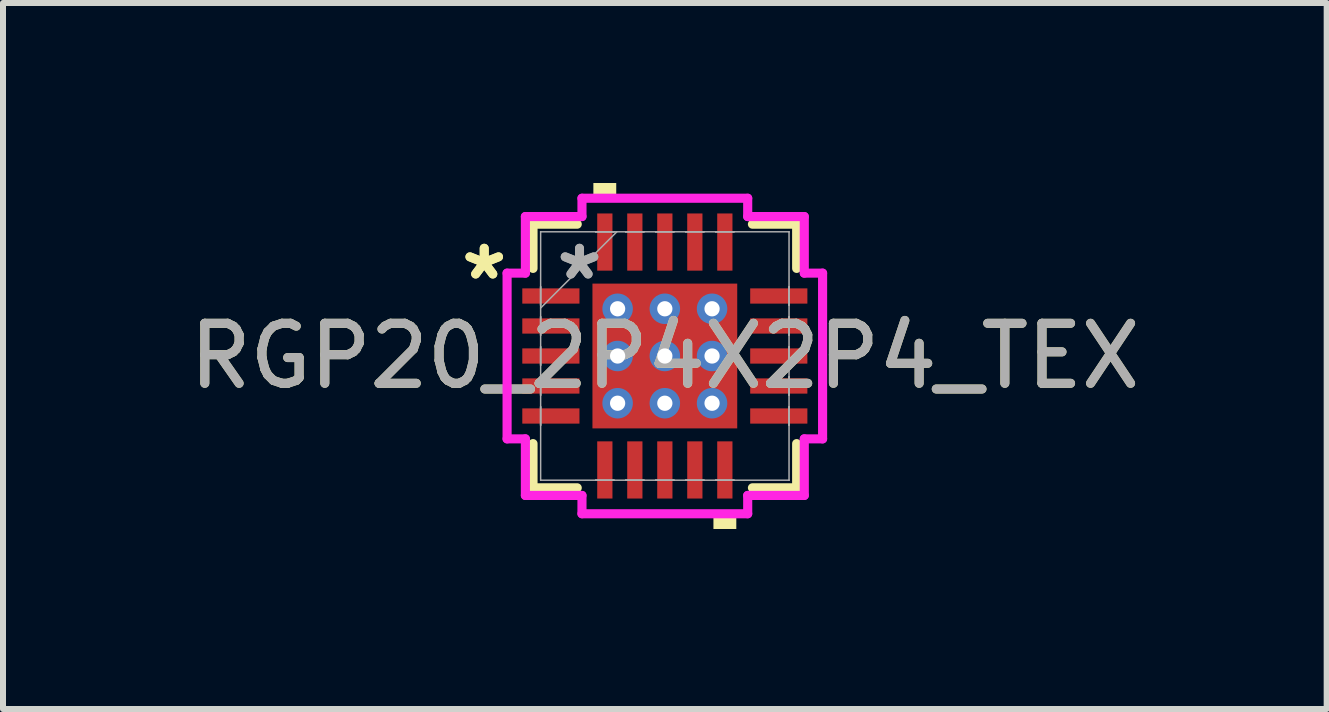
<source format=kicad_pcb>
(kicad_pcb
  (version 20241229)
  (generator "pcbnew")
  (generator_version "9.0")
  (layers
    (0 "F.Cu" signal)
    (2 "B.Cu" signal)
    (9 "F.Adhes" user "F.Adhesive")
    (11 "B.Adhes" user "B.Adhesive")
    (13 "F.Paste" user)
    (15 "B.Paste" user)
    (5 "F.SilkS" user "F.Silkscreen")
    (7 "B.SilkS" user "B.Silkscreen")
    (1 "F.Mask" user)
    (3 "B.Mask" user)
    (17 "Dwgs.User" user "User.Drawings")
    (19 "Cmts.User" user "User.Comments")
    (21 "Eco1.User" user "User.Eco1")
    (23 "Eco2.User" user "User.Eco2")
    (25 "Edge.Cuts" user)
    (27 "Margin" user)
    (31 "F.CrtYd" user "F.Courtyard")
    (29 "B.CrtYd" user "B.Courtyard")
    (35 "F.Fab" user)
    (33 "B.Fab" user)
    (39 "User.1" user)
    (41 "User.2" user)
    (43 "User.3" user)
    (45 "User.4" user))
  (footprint "RGP20_2P4X2P4_TEX"
    (layer "F.Cu")
    (at 8.03 2.883)
    (property "Reference" "RGP20_2P4X2P4_TEX" (at 0 0 0) (unlocked yes) (layer "F.SilkS") (effects (font (size 1 1) (thickness 0.15))))
    (attr smd)
    (fp_poly (pts (xy -1.27 -1.27) (xy -0.987 -1.27) (xy -0.987 1.27) (xy -1.27 1.27)) (stroke (width 0) (type solid)) (fill yes) (layer "F.Mask"))
    (fp_poly (pts (xy -1.27 -1.27) (xy 1.27 -1.27) (xy 1.27 -0.987) (xy -1.27 -0.987)) (stroke (width 0) (type solid)) (fill yes) (layer "F.Mask"))
    (fp_poly (pts (xy -1.27 -0.587) (xy 1.27 -0.587) (xy 1.27 -0.2) (xy -1.27 -0.2)) (stroke (width 0) (type solid)) (fill yes) (layer "F.Mask"))
    (fp_poly (pts (xy -1.27 0.2) (xy 1.27 0.2) (xy 1.27 0.587) (xy -1.27 0.587)) (stroke (width 0) (type solid)) (fill yes) (layer "F.Mask"))
    (fp_poly (pts (xy -1.27 0.987) (xy 1.27 0.987) (xy 1.27 1.27) (xy -1.27 1.27)) (stroke (width 0) (type solid)) (fill yes) (layer "F.Mask"))
    (fp_poly (pts (xy -0.2 -1.27) (xy -0.587 -1.27) (xy -0.587 1.27) (xy -0.2 1.27)) (stroke (width 0) (type solid)) (fill yes) (layer "F.Mask"))
    (fp_poly (pts (xy 0.587 -1.27) (xy 0.2 -1.27) (xy 0.2 1.27) (xy 0.587 1.27)) (stroke (width 0) (type solid)) (fill yes) (layer "F.Mask"))
    (fp_poly (pts (xy 0.987 -1.27) (xy 1.27 -1.27) (xy 1.27 1.27) (xy 0.987 1.27)) (stroke (width 0) (type solid)) (fill yes) (layer "F.Mask"))
    (fp_line (start -2.197 -2.197) (end -2.197 -1.46) (stroke (width 0.152) (type solid)) (layer "F.SilkS"))
    (fp_line (start -2.197 1.46) (end -2.197 2.197) (stroke (width 0.152) (type solid)) (layer "F.SilkS"))
    (fp_line (start -2.197 2.197) (end -1.46 2.197) (stroke (width 0.152) (type solid)) (layer "F.SilkS"))
    (fp_line (start -1.46 -2.197) (end -2.197 -2.197) (stroke (width 0.152) (type solid)) (layer "F.SilkS"))
    (fp_line (start 1.46 2.197) (end 2.197 2.197) (stroke (width 0.152) (type solid)) (layer "F.SilkS"))
    (fp_line (start 2.197 -2.197) (end 1.46 -2.197) (stroke (width 0.152) (type solid)) (layer "F.SilkS"))
    (fp_line (start 2.197 -1.46) (end 2.197 -2.197) (stroke (width 0.152) (type solid)) (layer "F.SilkS"))
    (fp_line (start 2.197 2.197) (end 2.197 1.46) (stroke (width 0.152) (type solid)) (layer "F.SilkS"))
    (fp_poly (pts (xy -1.191 -2.629) (xy -1.191 -2.883) (xy -0.81 -2.883) (xy -0.81 -2.629)) (stroke (width 0) (type solid)) (fill yes) (layer "F.SilkS"))
    (fp_poly (pts (xy 0.81 2.629) (xy 0.81 2.883) (xy 1.191 2.883) (xy 1.191 2.629)) (stroke (width 0) (type solid)) (fill yes) (layer "F.SilkS"))
    (fp_poly (pts (xy -1.132 -1.132) (xy -1.132 -0.887) (xy -1.029 -0.887) (xy -0.887 -1.029) (xy -0.887 -1.132)) (stroke (width 0) (type solid)) (fill yes) (layer "F.Paste"))
    (fp_poly (pts (xy -1.132 0.887) (xy -1.132 1.132) (xy -0.887 1.132) (xy -0.887 1.029) (xy -1.029 0.887)) (stroke (width 0) (type solid)) (fill yes) (layer "F.Paste"))
    (fp_poly (pts (xy 0.887 -1.132) (xy 0.887 -1.029) (xy 1.029 -0.887) (xy 1.132 -0.887) (xy 1.132 -1.132)) (stroke (width 0) (type solid)) (fill yes) (layer "F.Paste"))
    (fp_poly (pts (xy 1.029 0.887) (xy 0.887 1.029) (xy 0.887 1.132) (xy 1.132 1.132) (xy 1.132 0.887)) (stroke (width 0) (type solid)) (fill yes) (layer "F.Paste"))
    (fp_poly (pts (xy -1.132 -0.687) (xy -1.132 -0.1) (xy -1.029 -0.1) (xy -0.887 -0.241) (xy -0.887 -0.546) (xy -1.029 -0.687)) (stroke (width 0) (type solid)) (fill yes) (layer "F.Paste"))
    (fp_poly (pts (xy -1.132 0.1) (xy -1.132 0.687) (xy -1.029 0.687) (xy -0.887 0.546) (xy -0.887 0.241) (xy -1.029 0.1)) (stroke (width 0) (type solid)) (fill yes) (layer "F.Paste"))
    (fp_poly (pts (xy -0.687 -1.132) (xy -0.687 -1.029) (xy -0.546 -0.887) (xy -0.241 -0.887) (xy -0.1 -1.029) (xy -0.1 -1.132)) (stroke (width 0) (type solid)) (fill yes) (layer "F.Paste"))
    (fp_poly (pts (xy -0.546 0.887) (xy -0.687 1.029) (xy -0.687 1.132) (xy -0.1 1.132) (xy -0.1 1.029) (xy -0.241 0.887)) (stroke (width 0) (type solid)) (fill yes) (layer "F.Paste"))
    (fp_poly (pts (xy 0.1 -1.132) (xy 0.1 -1.029) (xy 0.241 -0.887) (xy 0.546 -0.887) (xy 0.687 -1.029) (xy 0.687 -1.132)) (stroke (width 0) (type solid)) (fill yes) (layer "F.Paste"))
    (fp_poly (pts (xy 0.241 0.887) (xy 0.1 1.029) (xy 0.1 1.132) (xy 0.687 1.132) (xy 0.687 1.029) (xy 0.546 0.887)) (stroke (width 0) (type solid)) (fill yes) (layer "F.Paste"))
    (fp_poly (pts (xy 1.029 -0.687) (xy 0.887 -0.546) (xy 0.887 -0.241) (xy 1.029 -0.1) (xy 1.132 -0.1) (xy 1.132 -0.687)) (stroke (width 0) (type solid)) (fill yes) (layer "F.Paste"))
    (fp_poly (pts (xy 1.029 0.1) (xy 0.887 0.241) (xy 0.887 0.546) (xy 1.029 0.687) (xy 1.132 0.687) (xy 1.132 0.1)) (stroke (width 0) (type solid)) (fill yes) (layer "F.Paste"))
    (fp_poly (pts (xy -0.546 -0.687) (xy -0.687 -0.546) (xy -0.687 -0.241) (xy -0.546 -0.1) (xy -0.241 -0.1) (xy -0.1 -0.241) (xy -0.1 -0.546) (xy -0.241 -0.687)) (stroke (width 0) (type solid)) (fill yes) (layer "F.Paste"))
    (fp_poly (pts (xy -0.546 0.1) (xy -0.687 0.241) (xy -0.687 0.546) (xy -0.546 0.687) (xy -0.241 0.687) (xy -0.1 0.546) (xy -0.1 0.241) (xy -0.241 0.1)) (stroke (width 0) (type solid)) (fill yes) (layer "F.Paste"))
    (fp_poly (pts (xy 0.241 -0.687) (xy 0.1 -0.546) (xy 0.1 -0.241) (xy 0.241 -0.1) (xy 0.546 -0.1) (xy 0.687 -0.241) (xy 0.687 -0.546) (xy 0.546 -0.687)) (stroke (width 0) (type solid)) (fill yes) (layer "F.Paste"))
    (fp_poly (pts (xy 0.241 0.1) (xy 0.1 0.241) (xy 0.1 0.546) (xy 0.241 0.687) (xy 0.546 0.687) (xy 0.687 0.546) (xy 0.687 0.241) (xy 0.546 0.1)) (stroke (width 0) (type solid)) (fill yes) (layer "F.Paste"))
    (fp_line (start -2.629 -1.381) (end -2.324 -1.381) (stroke (width 0.152) (type solid)) (layer "F.CrtYd"))
    (fp_line (start -2.629 1.381) (end -2.629 -1.381) (stroke (width 0.152) (type solid)) (layer "F.CrtYd"))
    (fp_line (start -2.324 -2.324) (end -1.381 -2.324) (stroke (width 0.152) (type solid)) (layer "F.CrtYd"))
    (fp_line (start -2.324 -1.381) (end -2.324 -2.324) (stroke (width 0.152) (type solid)) (layer "F.CrtYd"))
    (fp_line (start -2.324 1.381) (end -2.629 1.381) (stroke (width 0.152) (type solid)) (layer "F.CrtYd"))
    (fp_line (start -2.324 2.324) (end -2.324 1.381) (stroke (width 0.152) (type solid)) (layer "F.CrtYd"))
    (fp_line (start -1.381 -2.629) (end 1.381 -2.629) (stroke (width 0.152) (type solid)) (layer "F.CrtYd"))
    (fp_line (start -1.381 -2.324) (end -1.381 -2.629) (stroke (width 0.152) (type solid)) (layer "F.CrtYd"))
    (fp_line (start -1.381 2.324) (end -2.324 2.324) (stroke (width 0.152) (type solid)) (layer "F.CrtYd"))
    (fp_line (start -1.381 2.629) (end -1.381 2.324) (stroke (width 0.152) (type solid)) (layer "F.CrtYd"))
    (fp_line (start 1.381 -2.629) (end 1.381 -2.324) (stroke (width 0.152) (type solid)) (layer "F.CrtYd"))
    (fp_line (start 1.381 -2.324) (end 2.324 -2.324) (stroke (width 0.152) (type solid)) (layer "F.CrtYd"))
    (fp_line (start 1.381 2.324) (end 1.381 2.629) (stroke (width 0.152) (type solid)) (layer "F.CrtYd"))
    (fp_line (start 1.381 2.629) (end -1.381 2.629) (stroke (width 0.152) (type solid)) (layer "F.CrtYd"))
    (fp_line (start 2.324 -2.324) (end 2.324 -1.381) (stroke (width 0.152) (type solid)) (layer "F.CrtYd"))
    (fp_line (start 2.324 -1.381) (end 2.629 -1.381) (stroke (width 0.152) (type solid)) (layer "F.CrtYd"))
    (fp_line (start 2.324 1.381) (end 2.324 2.324) (stroke (width 0.152) (type solid)) (layer "F.CrtYd"))
    (fp_line (start 2.324 2.324) (end 1.381 2.324) (stroke (width 0.152) (type solid)) (layer "F.CrtYd"))
    (fp_line (start 2.629 -1.381) (end 2.629 1.381) (stroke (width 0.152) (type solid)) (layer "F.CrtYd"))
    (fp_line (start 2.629 1.381) (end 2.324 1.381) (stroke (width 0.152) (type solid)) (layer "F.CrtYd"))
    (fp_line (start -2.07 -2.07) (end -2.07 -2.07) (stroke (width 0.025) (type solid)) (layer "F.Fab"))
    (fp_line (start -2.07 -2.07) (end -2.07 2.07) (stroke (width 0.025) (type solid)) (layer "F.Fab"))
    (fp_line (start -2.07 -1.152) (end -2.07 -1.152) (stroke (width 0.025) (type solid)) (layer "F.Fab"))
    (fp_line (start -2.07 -1.152) (end -2.07 -0.848) (stroke (width 0.025) (type solid)) (layer "F.Fab"))
    (fp_line (start -2.07 -0.848) (end -2.07 -1.152) (stroke (width 0.025) (type solid)) (layer "F.Fab"))
    (fp_line (start -2.07 -0.848) (end -2.07 -0.848) (stroke (width 0.025) (type solid)) (layer "F.Fab"))
    (fp_line (start -2.07 -0.8) (end -0.8 -2.07) (stroke (width 0.025) (type solid)) (layer "F.Fab"))
    (fp_line (start -2.07 -0.652) (end -2.07 -0.652) (stroke (width 0.025) (type solid)) (layer "F.Fab"))
    (fp_line (start -2.07 -0.652) (end -2.07 -0.348) (stroke (width 0.025) (type solid)) (layer "F.Fab"))
    (fp_line (start -2.07 -0.348) (end -2.07 -0.652) (stroke (width 0.025) (type solid)) (layer "F.Fab"))
    (fp_line (start -2.07 -0.348) (end -2.07 -0.348) (stroke (width 0.025) (type solid)) (layer "F.Fab"))
    (fp_line (start -2.07 -0.152) (end -2.07 -0.152) (stroke (width 0.025) (type solid)) (layer "F.Fab"))
    (fp_line (start -2.07 -0.152) (end -2.07 0.152) (stroke (width 0.025) (type solid)) (layer "F.Fab"))
    (fp_line (start -2.07 0.152) (end -2.07 -0.152) (stroke (width 0.025) (type solid)) (layer "F.Fab"))
    (fp_line (start -2.07 0.152) (end -2.07 0.152) (stroke (width 0.025) (type solid)) (layer "F.Fab"))
    (fp_line (start -2.07 0.348) (end -2.07 0.348) (stroke (width 0.025) (type solid)) (layer "F.Fab"))
    (fp_line (start -2.07 0.348) (end -2.07 0.652) (stroke (width 0.025) (type solid)) (layer "F.Fab"))
    (fp_line (start -2.07 0.652) (end -2.07 0.348) (stroke (width 0.025) (type solid)) (layer "F.Fab"))
    (fp_line (start -2.07 0.652) (end -2.07 0.652) (stroke (width 0.025) (type solid)) (layer "F.Fab"))
    (fp_line (start -2.07 0.848) (end -2.07 0.848) (stroke (width 0.025) (type solid)) (layer "F.Fab"))
    (fp_line (start -2.07 0.848) (end -2.07 1.152) (stroke (width 0.025) (type solid)) (layer "F.Fab"))
    (fp_line (start -2.07 1.152) (end -2.07 0.848) (stroke (width 0.025) (type solid)) (layer "F.Fab"))
    (fp_line (start -2.07 1.152) (end -2.07 1.152) (stroke (width 0.025) (type solid)) (layer "F.Fab"))
    (fp_line (start -2.07 2.07) (end -2.07 2.07) (stroke (width 0.025) (type solid)) (layer "F.Fab"))
    (fp_line (start -2.07 2.07) (end 2.07 2.07) (stroke (width 0.025) (type solid)) (layer "F.Fab"))
    (fp_line (start -1.152 -2.07) (end -1.152 -2.07) (stroke (width 0.025) (type solid)) (layer "F.Fab"))
    (fp_line (start -1.152 -2.07) (end -0.848 -2.07) (stroke (width 0.025) (type solid)) (layer "F.Fab"))
    (fp_line (start -1.152 2.07) (end -1.152 2.07) (stroke (width 0.025) (type solid)) (layer "F.Fab"))
    (fp_line (start -1.152 2.07) (end -0.848 2.07) (stroke (width 0.025) (type solid)) (layer "F.Fab"))
    (fp_line (start -0.848 -2.07) (end -1.152 -2.07) (stroke (width 0.025) (type solid)) (layer "F.Fab"))
    (fp_line (start -0.848 -2.07) (end -0.848 -2.07) (stroke (width 0.025) (type solid)) (layer "F.Fab"))
    (fp_line (start -0.848 2.07) (end -1.152 2.07) (stroke (width 0.025) (type solid)) (layer "F.Fab"))
    (fp_line (start -0.848 2.07) (end -0.848 2.07) (stroke (width 0.025) (type solid)) (layer "F.Fab"))
    (fp_line (start -0.652 -2.07) (end -0.652 -2.07) (stroke (width 0.025) (type solid)) (layer "F.Fab"))
    (fp_line (start -0.652 -2.07) (end -0.348 -2.07) (stroke (width 0.025) (type solid)) (layer "F.Fab"))
    (fp_line (start -0.652 2.07) (end -0.652 2.07) (stroke (width 0.025) (type solid)) (layer "F.Fab"))
    (fp_line (start -0.652 2.07) (end -0.348 2.07) (stroke (width 0.025) (type solid)) (layer "F.Fab"))
    (fp_line (start -0.348 -2.07) (end -0.652 -2.07) (stroke (width 0.025) (type solid)) (layer "F.Fab"))
    (fp_line (start -0.348 -2.07) (end -0.348 -2.07) (stroke (width 0.025) (type solid)) (layer "F.Fab"))
    (fp_line (start -0.348 2.07) (end -0.652 2.07) (stroke (width 0.025) (type solid)) (layer "F.Fab"))
    (fp_line (start -0.348 2.07) (end -0.348 2.07) (stroke (width 0.025) (type solid)) (layer "F.Fab"))
    (fp_line (start -0.152 -2.07) (end -0.152 -2.07) (stroke (width 0.025) (type solid)) (layer "F.Fab"))
    (fp_line (start -0.152 -2.07) (end 0.152 -2.07) (stroke (width 0.025) (type solid)) (layer "F.Fab"))
    (fp_line (start -0.152 2.07) (end -0.152 2.07) (stroke (width 0.025) (type solid)) (layer "F.Fab"))
    (fp_line (start -0.152 2.07) (end 0.152 2.07) (stroke (width 0.025) (type solid)) (layer "F.Fab"))
    (fp_line (start 0.152 -2.07) (end -0.152 -2.07) (stroke (width 0.025) (type solid)) (layer "F.Fab"))
    (fp_line (start 0.152 -2.07) (end 0.152 -2.07) (stroke (width 0.025) (type solid)) (layer "F.Fab"))
    (fp_line (start 0.152 2.07) (end -0.152 2.07) (stroke (width 0.025) (type solid)) (layer "F.Fab"))
    (fp_line (start 0.152 2.07) (end 0.152 2.07) (stroke (width 0.025) (type solid)) (layer "F.Fab"))
    (fp_line (start 0.348 -2.07) (end 0.348 -2.07) (stroke (width 0.025) (type solid)) (layer "F.Fab"))
    (fp_line (start 0.348 -2.07) (end 0.652 -2.07) (stroke (width 0.025) (type solid)) (layer "F.Fab"))
    (fp_line (start 0.348 2.07) (end 0.348 2.07) (stroke (width 0.025) (type solid)) (layer "F.Fab"))
    (fp_line (start 0.348 2.07) (end 0.652 2.07) (stroke (width 0.025) (type solid)) (layer "F.Fab"))
    (fp_line (start 0.652 -2.07) (end 0.348 -2.07) (stroke (width 0.025) (type solid)) (layer "F.Fab"))
    (fp_line (start 0.652 -2.07) (end 0.652 -2.07) (stroke (width 0.025) (type solid)) (layer "F.Fab"))
    (fp_line (start 0.652 2.07) (end 0.348 2.07) (stroke (width 0.025) (type solid)) (layer "F.Fab"))
    (fp_line (start 0.652 2.07) (end 0.652 2.07) (stroke (width 0.025) (type solid)) (layer "F.Fab"))
    (fp_line (start 0.848 -2.07) (end 0.848 -2.07) (stroke (width 0.025) (type solid)) (layer "F.Fab"))
    (fp_line (start 0.848 -2.07) (end 1.152 -2.07) (stroke (width 0.025) (type solid)) (layer "F.Fab"))
    (fp_line (start 0.848 2.07) (end 0.848 2.07) (stroke (width 0.025) (type solid)) (layer "F.Fab"))
    (fp_line (start 0.848 2.07) (end 1.152 2.07) (stroke (width 0.025) (type solid)) (layer "F.Fab"))
    (fp_line (start 1.152 -2.07) (end 0.848 -2.07) (stroke (width 0.025) (type solid)) (layer "F.Fab"))
    (fp_line (start 1.152 -2.07) (end 1.152 -2.07) (stroke (width 0.025) (type solid)) (layer "F.Fab"))
    (fp_line (start 1.152 2.07) (end 0.848 2.07) (stroke (width 0.025) (type solid)) (layer "F.Fab"))
    (fp_line (start 1.152 2.07) (end 1.152 2.07) (stroke (width 0.025) (type solid)) (layer "F.Fab"))
    (fp_line (start 2.07 -2.07) (end -2.07 -2.07) (stroke (width 0.025) (type solid)) (layer "F.Fab"))
    (fp_line (start 2.07 -2.07) (end 2.07 -2.07) (stroke (width 0.025) (type solid)) (layer "F.Fab"))
    (fp_line (start 2.07 -1.152) (end 2.07 -1.152) (stroke (width 0.025) (type solid)) (layer "F.Fab"))
    (fp_line (start 2.07 -1.152) (end 2.07 -0.848) (stroke (width 0.025) (type solid)) (layer "F.Fab"))
    (fp_line (start 2.07 -0.848) (end 2.07 -1.152) (stroke (width 0.025) (type solid)) (layer "F.Fab"))
    (fp_line (start 2.07 -0.848) (end 2.07 -0.848) (stroke (width 0.025) (type solid)) (layer "F.Fab"))
    (fp_line (start 2.07 -0.652) (end 2.07 -0.652) (stroke (width 0.025) (type solid)) (layer "F.Fab"))
    (fp_line (start 2.07 -0.652) (end 2.07 -0.348) (stroke (width 0.025) (type solid)) (layer "F.Fab"))
    (fp_line (start 2.07 -0.348) (end 2.07 -0.652) (stroke (width 0.025) (type solid)) (layer "F.Fab"))
    (fp_line (start 2.07 -0.348) (end 2.07 -0.348) (stroke (width 0.025) (type solid)) (layer "F.Fab"))
    (fp_line (start 2.07 -0.152) (end 2.07 -0.152) (stroke (width 0.025) (type solid)) (layer "F.Fab"))
    (fp_line (start 2.07 -0.152) (end 2.07 0.152) (stroke (width 0.025) (type solid)) (layer "F.Fab"))
    (fp_line (start 2.07 0.152) (end 2.07 -0.152) (stroke (width 0.025) (type solid)) (layer "F.Fab"))
    (fp_line (start 2.07 0.152) (end 2.07 0.152) (stroke (width 0.025) (type solid)) (layer "F.Fab"))
    (fp_line (start 2.07 0.348) (end 2.07 0.348) (stroke (width 0.025) (type solid)) (layer "F.Fab"))
    (fp_line (start 2.07 0.348) (end 2.07 0.652) (stroke (width 0.025) (type solid)) (layer "F.Fab"))
    (fp_line (start 2.07 0.652) (end 2.07 0.348) (stroke (width 0.025) (type solid)) (layer "F.Fab"))
    (fp_line (start 2.07 0.652) (end 2.07 0.652) (stroke (width 0.025) (type solid)) (layer "F.Fab"))
    (fp_line (start 2.07 0.848) (end 2.07 0.848) (stroke (width 0.025) (type solid)) (layer "F.Fab"))
    (fp_line (start 2.07 0.848) (end 2.07 1.152) (stroke (width 0.025) (type solid)) (layer "F.Fab"))
    (fp_line (start 2.07 1.152) (end 2.07 0.848) (stroke (width 0.025) (type solid)) (layer "F.Fab"))
    (fp_line (start 2.07 1.152) (end 2.07 1.152) (stroke (width 0.025) (type solid)) (layer "F.Fab"))
    (fp_line (start 2.07 2.07) (end 2.07 -2.07) (stroke (width 0.025) (type solid)) (layer "F.Fab"))
    (fp_line (start 2.07 2.07) (end 2.07 2.07) (stroke (width 0.025) (type solid)) (layer "F.Fab"))
    (fp_text user "*" (at -3.01 -1.25 0) (unlocked yes) (layer "F.SilkS") (effects (font (size 1 1) (thickness 0.15))))
    (fp_text user "*" (at -3.01 -1.25 0) (layer "F.SilkS") (effects (font (size 1 1) (thickness 0.15))))
    (fp_text user "*" (at -1.422 -1.25 0) (layer "F.Fab") (effects (font (size 1 1) (thickness 0.15))))
    (fp_text user "*" (at -1.422 -1.25 0) (unlocked yes) (layer "F.Fab") (effects (font (size 1 1) (thickness 0.15))))
    (fp_text user "${REFERENCE}" (at 0 0 0) (unlocked yes) (layer "F.Fab") (effects (font (size 1 1) (thickness 0.15))))
    (pad "1" smd rect (at -1.899 -1 90) (size 0.254 0.953) (layers "F.Cu" "F.Mask" "F.Paste"))
    (pad "2" smd rect (at -1.899 -0.5 90) (size 0.254 0.953) (layers "F.Cu" "F.Mask" "F.Paste"))
    (pad "3" smd rect (at -1.899 0 90) (size 0.254 0.953) (layers "F.Cu" "F.Mask" "F.Paste"))
    (pad "4" smd rect (at -1.899 0.5 90) (size 0.254 0.953) (layers "F.Cu" "F.Mask" "F.Paste"))
    (pad "5" smd rect (at -1.899 1 90) (size 0.254 0.953) (layers "F.Cu" "F.Mask" "F.Paste"))
    (pad "6" smd rect (at -1 1.899) (size 0.254 0.953) (layers "F.Cu" "F.Mask" "F.Paste"))
    (pad "7" smd rect (at -0.5 1.899) (size 0.254 0.953) (layers "F.Cu" "F.Mask" "F.Paste"))
    (pad "8" smd rect (at 0 1.899) (size 0.254 0.953) (layers "F.Cu" "F.Mask" "F.Paste"))
    (pad "9" smd rect (at 0.5 1.899) (size 0.254 0.953) (layers "F.Cu" "F.Mask" "F.Paste"))
    (pad "10" smd rect (at 1 1.899) (size 0.254 0.953) (layers "F.Cu" "F.Mask" "F.Paste"))
    (pad "11" smd rect (at 1.899 1 90) (size 0.254 0.953) (layers "F.Cu" "F.Mask" "F.Paste"))
    (pad "12" smd rect (at 1.899 0.5 90) (size 0.254 0.953) (layers "F.Cu" "F.Mask" "F.Paste"))
    (pad "13" smd rect (at 1.899 0 90) (size 0.254 0.953) (layers "F.Cu" "F.Mask" "F.Paste"))
    (pad "14" smd rect (at 1.899 -0.5 90) (size 0.254 0.953) (layers "F.Cu" "F.Mask" "F.Paste"))
    (pad "15" smd rect (at 1.899 -1 90) (size 0.254 0.953) (layers "F.Cu" "F.Mask" "F.Paste"))
    (pad "16" smd rect (at 1 -1.899) (size 0.254 0.953) (layers "F.Cu" "F.Mask" "F.Paste"))
    (pad "17" smd rect (at 0.5 -1.899) (size 0.254 0.953) (layers "F.Cu" "F.Mask" "F.Paste"))
    (pad "18" smd rect (at 0 -1.899) (size 0.254 0.953) (layers "F.Cu" "F.Mask" "F.Paste"))
    (pad "19" smd rect (at -0.5 -1.899) (size 0.254 0.953) (layers "F.Cu" "F.Mask" "F.Paste"))
    (pad "20" smd rect (at -1 -1.899) (size 0.254 0.953) (layers "F.Cu" "F.Mask" "F.Paste"))
    (pad "21" smd rect (at 0 0) (size 2.413 2.413) (layers "F.Cu"))
    (pad "V" thru_hole circle (at -0.787 -0.787) (size 0.508 0.508) (drill 0.254) (layers "*.Cu" "*.Mask"))
    (pad "V" thru_hole circle (at -0.787 0) (size 0.508 0.508) (drill 0.254) (layers "*.Cu" "*.Mask"))
    (pad "V" thru_hole circle (at -0.787 0.787) (size 0.508 0.508) (drill 0.254) (layers "*.Cu" "*.Mask"))
    (pad "V" thru_hole circle (at 0 -0.787) (size 0.508 0.508) (drill 0.254) (layers "*.Cu" "*.Mask"))
    (pad "V" thru_hole circle (at 0 0) (size 0.508 0.508) (drill 0.254) (layers "*.Cu" "*.Mask"))
    (pad "V" thru_hole circle (at 0 0.787) (size 0.508 0.508) (drill 0.254) (layers "*.Cu" "*.Mask"))
    (pad "V" thru_hole circle (at 0.787 -0.787) (size 0.508 0.508) (drill 0.254) (layers "*.Cu" "*.Mask"))
    (pad "V" thru_hole circle (at 0.787 0) (size 0.508 0.508) (drill 0.254) (layers "*.Cu" "*.Mask"))
    (pad "V" thru_hole circle (at 0.787 0.787) (size 0.508 0.508) (drill 0.254) (layers "*.Cu" "*.Mask")))
  (gr_rect
    (start -3 -3)
    (end 19.06 8.766)
    (stroke (width 0.1) (type default))
    (fill no)
    (layer "Edge.Cuts")))
</source>
